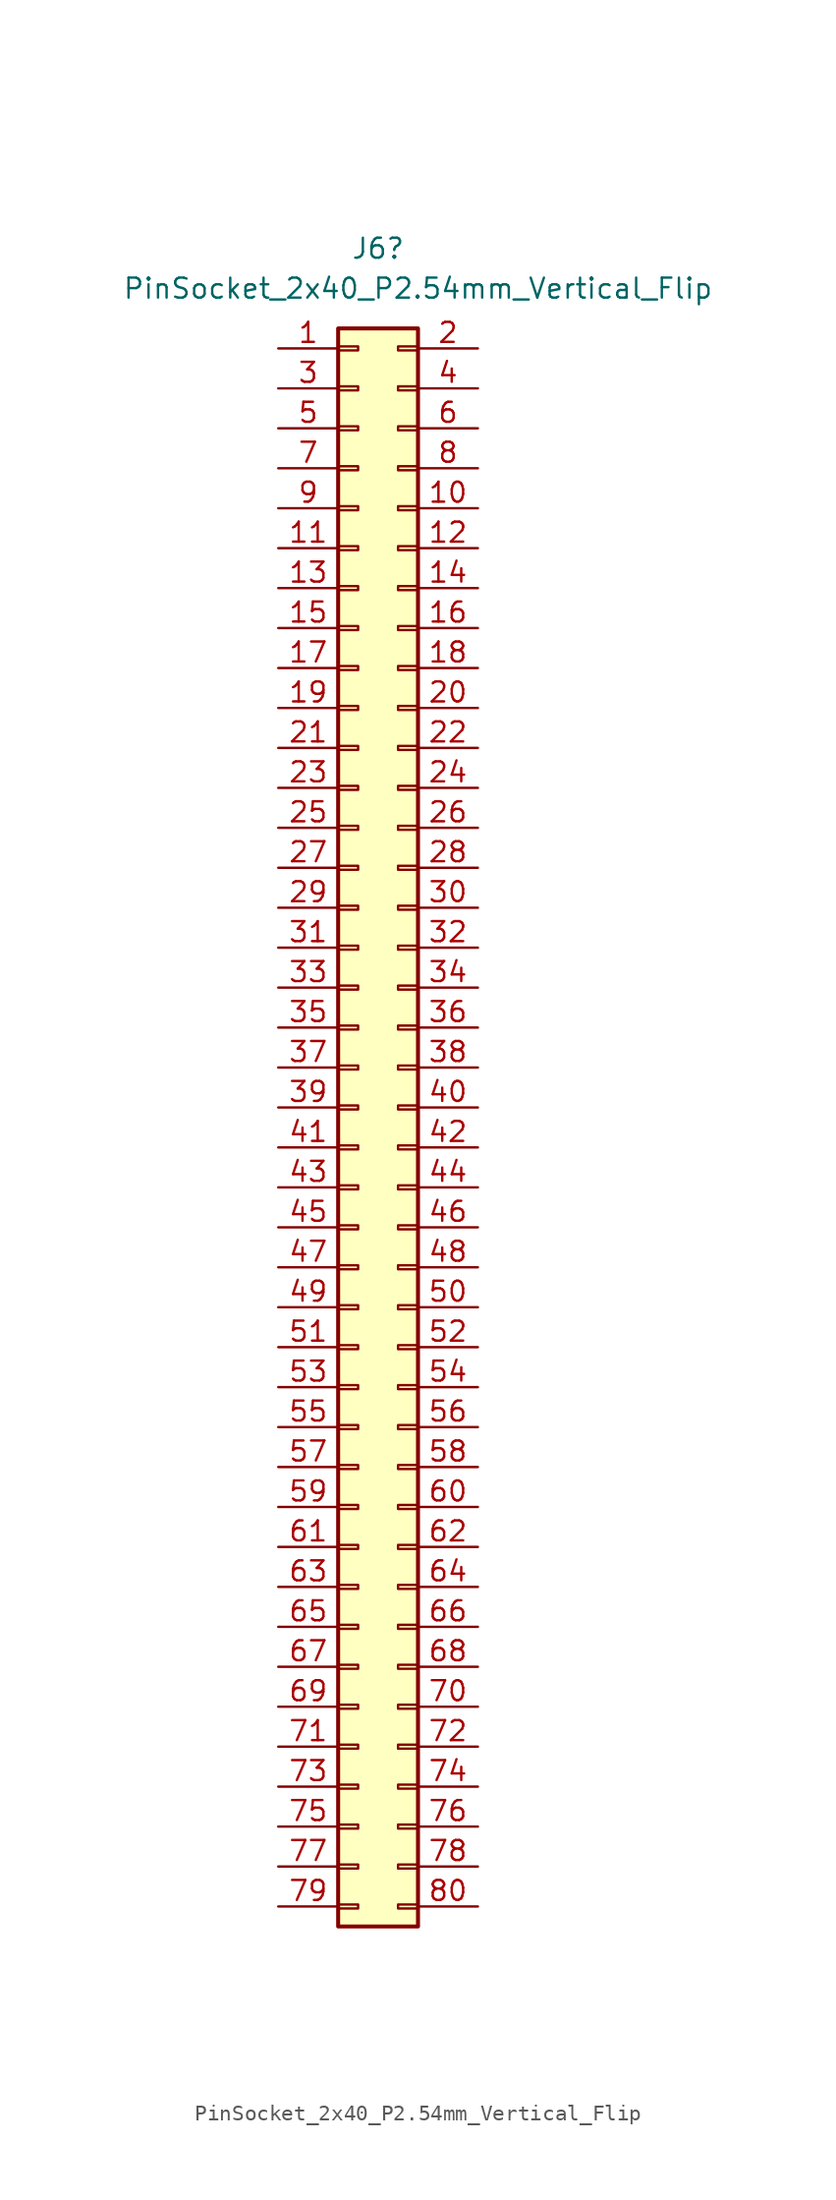
<source format=kicad_sym>
(kicad_symbol_lib
  (version 20231120)
  (generator "kicad_symbol_editor")
  (generator_version "8.0")
  (symbol "PinSocket_2x40_P2.54mm_Vertical_Flip"
    (pin_names
      (offset 1.016) hide)
    (property "Reference" "J6"
      (at 1.27 54.61 0)
      (effects (font (size 1.27 1.27))))
    (property "Value" "PinSocket_2x40_P2.54mm_Vertical_Flip"
      (at 3.81 52.07 0)
      (effects (font (size 1.27 1.27))))
    (symbol "PinSocket_2x40_P2.54mm_Vertical_Flip_1_1"
      (rectangle (start -1.27 -50.673) (end 0 -50.927) (stroke (width 0.152) (type default)) (fill (type none)))
      (rectangle (start -1.27 -48.133) (end 0 -48.387) (stroke (width 0.152) (type default)) (fill (type none)))
      (rectangle (start -1.27 -45.593) (end 0 -45.847) (stroke (width 0.152) (type default)) (fill (type none)))
      (rectangle (start -1.27 -43.053) (end 0 -43.307) (stroke (width 0.152) (type default)) (fill (type none)))
      (rectangle (start -1.27 -40.513) (end 0 -40.767) (stroke (width 0.152) (type default)) (fill (type none)))
      (rectangle (start -1.27 -37.973) (end 0 -38.227) (stroke (width 0.152) (type default)) (fill (type none)))
      (rectangle (start -1.27 -35.433) (end 0 -35.687) (stroke (width 0.152) (type default)) (fill (type none)))
      (rectangle (start -1.27 -32.893) (end 0 -33.147) (stroke (width 0.152) (type default)) (fill (type none)))
      (rectangle (start -1.27 -30.353) (end 0 -30.607) (stroke (width 0.152) (type default)) (fill (type none)))
      (rectangle (start -1.27 -27.813) (end 0 -28.067) (stroke (width 0.152) (type default)) (fill (type none)))
      (rectangle (start -1.27 -25.273) (end 0 -25.527) (stroke (width 0.152) (type default)) (fill (type none)))
      (rectangle (start -1.27 -22.733) (end 0 -22.987) (stroke (width 0.152) (type default)) (fill (type none)))
      (rectangle (start -1.27 -20.193) (end 0 -20.447) (stroke (width 0.152) (type default)) (fill (type none)))
      (rectangle (start -1.27 -17.653) (end 0 -17.907) (stroke (width 0.152) (type default)) (fill (type none)))
      (rectangle (start -1.27 -15.113) (end 0 -15.367) (stroke (width 0.152) (type default)) (fill (type none)))
      (rectangle (start -1.27 -12.573) (end 0 -12.827) (stroke (width 0.152) (type default)) (fill (type none)))
      (rectangle (start -1.27 -10.033) (end 0 -10.287) (stroke (width 0.152) (type default)) (fill (type none)))
      (rectangle (start -1.27 -7.493) (end 0 -7.747) (stroke (width 0.152) (type default)) (fill (type none)))
      (rectangle (start -1.27 -4.953) (end 0 -5.207) (stroke (width 0.152) (type default)) (fill (type none)))
      (rectangle (start -1.27 -2.413) (end 0 -2.667) (stroke (width 0.152) (type default)) (fill (type none)))
      (rectangle (start -1.27 0.127) (end 0 -0.127) (stroke (width 0.152) (type default)) (fill (type none)))
      (rectangle (start -1.27 2.667) (end 0 2.413) (stroke (width 0.152) (type default)) (fill (type none)))
      (rectangle (start -1.27 5.207) (end 0 4.953) (stroke (width 0.152) (type default)) (fill (type none)))
      (rectangle (start -1.27 7.747) (end 0 7.493) (stroke (width 0.152) (type default)) (fill (type none)))
      (rectangle (start -1.27 10.287) (end 0 10.033) (stroke (width 0.152) (type default)) (fill (type none)))
      (rectangle (start -1.27 12.827) (end 0 12.573) (stroke (width 0.152) (type default)) (fill (type none)))
      (rectangle (start -1.27 15.367) (end 0 15.113) (stroke (width 0.152) (type default)) (fill (type none)))
      (rectangle (start -1.27 17.907) (end 0 17.653) (stroke (width 0.152) (type default)) (fill (type none)))
      (rectangle (start -1.27 20.447) (end 0 20.193) (stroke (width 0.152) (type default)) (fill (type none)))
      (rectangle (start -1.27 22.987) (end 0 22.733) (stroke (width 0.152) (type default)) (fill (type none)))
      (rectangle (start -1.27 25.527) (end 0 25.273) (stroke (width 0.152) (type default)) (fill (type none)))
      (rectangle (start -1.27 28.067) (end 0 27.813) (stroke (width 0.152) (type default)) (fill (type none)))
      (rectangle (start -1.27 30.607) (end 0 30.353) (stroke (width 0.152) (type default)) (fill (type none)))
      (rectangle (start -1.27 33.147) (end 0 32.893) (stroke (width 0.152) (type default)) (fill (type none)))
      (rectangle (start -1.27 35.687) (end 0 35.433) (stroke (width 0.152) (type default)) (fill (type none)))
      (rectangle (start -1.27 38.227) (end 0 37.973) (stroke (width 0.152) (type default)) (fill (type none)))
      (rectangle (start -1.27 40.767) (end 0 40.513) (stroke (width 0.152) (type default)) (fill (type none)))
      (rectangle (start -1.27 43.307) (end 0 43.053) (stroke (width 0.152) (type default)) (fill (type none)))
      (rectangle (start -1.27 45.847) (end 0 45.593) (stroke (width 0.152) (type default)) (fill (type none)))
      (rectangle (start -1.27 48.387) (end 0 48.133) (stroke (width 0.152) (type default)) (fill (type none)))
      (rectangle (start -1.27 49.53) (end 3.81 -52.07) (stroke (width 0.254) (type default)) (fill (type background)))
      (rectangle (start 3.81 -50.673) (end 2.54 -50.927) (stroke (width 0.152) (type default)) (fill (type none)))
      (rectangle (start 3.81 -48.133) (end 2.54 -48.387) (stroke (width 0.152) (type default)) (fill (type none)))
      (rectangle (start 3.81 -45.593) (end 2.54 -45.847) (stroke (width 0.152) (type default)) (fill (type none)))
      (rectangle (start 3.81 -43.053) (end 2.54 -43.307) (stroke (width 0.152) (type default)) (fill (type none)))
      (rectangle (start 3.81 -40.513) (end 2.54 -40.767) (stroke (width 0.152) (type default)) (fill (type none)))
      (rectangle (start 3.81 -37.973) (end 2.54 -38.227) (stroke (width 0.152) (type default)) (fill (type none)))
      (rectangle (start 3.81 -35.433) (end 2.54 -35.687) (stroke (width 0.152) (type default)) (fill (type none)))
      (rectangle (start 3.81 -32.893) (end 2.54 -33.147) (stroke (width 0.152) (type default)) (fill (type none)))
      (rectangle (start 3.81 -30.353) (end 2.54 -30.607) (stroke (width 0.152) (type default)) (fill (type none)))
      (rectangle (start 3.81 -27.813) (end 2.54 -28.067) (stroke (width 0.152) (type default)) (fill (type none)))
      (rectangle (start 3.81 -25.273) (end 2.54 -25.527) (stroke (width 0.152) (type default)) (fill (type none)))
      (rectangle (start 3.81 -22.733) (end 2.54 -22.987) (stroke (width 0.152) (type default)) (fill (type none)))
      (rectangle (start 3.81 -20.193) (end 2.54 -20.447) (stroke (width 0.152) (type default)) (fill (type none)))
      (rectangle (start 3.81 -17.653) (end 2.54 -17.907) (stroke (width 0.152) (type default)) (fill (type none)))
      (rectangle (start 3.81 -15.113) (end 2.54 -15.367) (stroke (width 0.152) (type default)) (fill (type none)))
      (rectangle (start 3.81 -12.573) (end 2.54 -12.827) (stroke (width 0.152) (type default)) (fill (type none)))
      (rectangle (start 3.81 -10.033) (end 2.54 -10.287) (stroke (width 0.152) (type default)) (fill (type none)))
      (rectangle (start 3.81 -7.493) (end 2.54 -7.747) (stroke (width 0.152) (type default)) (fill (type none)))
      (rectangle (start 3.81 -4.953) (end 2.54 -5.207) (stroke (width 0.152) (type default)) (fill (type none)))
      (rectangle (start 3.81 -2.413) (end 2.54 -2.667) (stroke (width 0.152) (type default)) (fill (type none)))
      (rectangle (start 3.81 0.127) (end 2.54 -0.127) (stroke (width 0.152) (type default)) (fill (type none)))
      (rectangle (start 3.81 2.667) (end 2.54 2.413) (stroke (width 0.152) (type default)) (fill (type none)))
      (rectangle (start 3.81 5.207) (end 2.54 4.953) (stroke (width 0.152) (type default)) (fill (type none)))
      (rectangle (start 3.81 7.747) (end 2.54 7.493) (stroke (width 0.152) (type default)) (fill (type none)))
      (rectangle (start 3.81 10.287) (end 2.54 10.033) (stroke (width 0.152) (type default)) (fill (type none)))
      (rectangle (start 3.81 12.827) (end 2.54 12.573) (stroke (width 0.152) (type default)) (fill (type none)))
      (rectangle (start 3.81 15.367) (end 2.54 15.113) (stroke (width 0.152) (type default)) (fill (type none)))
      (rectangle (start 3.81 17.907) (end 2.54 17.653) (stroke (width 0.152) (type default)) (fill (type none)))
      (rectangle (start 3.81 20.447) (end 2.54 20.193) (stroke (width 0.152) (type default)) (fill (type none)))
      (rectangle (start 3.81 22.987) (end 2.54 22.733) (stroke (width 0.152) (type default)) (fill (type none)))
      (rectangle (start 3.81 25.527) (end 2.54 25.273) (stroke (width 0.152) (type default)) (fill (type none)))
      (rectangle (start 3.81 28.067) (end 2.54 27.813) (stroke (width 0.152) (type default)) (fill (type none)))
      (rectangle (start 3.81 30.607) (end 2.54 30.353) (stroke (width 0.152) (type default)) (fill (type none)))
      (rectangle (start 3.81 33.147) (end 2.54 32.893) (stroke (width 0.152) (type default)) (fill (type none)))
      (rectangle (start 3.81 35.687) (end 2.54 35.433) (stroke (width 0.152) (type default)) (fill (type none)))
      (rectangle (start 3.81 38.227) (end 2.54 37.973) (stroke (width 0.152) (type default)) (fill (type none)))
      (rectangle (start 3.81 40.767) (end 2.54 40.513) (stroke (width 0.152) (type default)) (fill (type none)))
      (rectangle (start 3.81 43.307) (end 2.54 43.053) (stroke (width 0.152) (type default)) (fill (type none)))
      (rectangle (start 3.81 45.847) (end 2.54 45.593) (stroke (width 0.152) (type default)) (fill (type none)))
      (rectangle (start 3.81 48.387) (end 2.54 48.133) (stroke (width 0.152) (type default)) (fill (type none)))
      (pin passive line (at -5.08 48.26 0) (length 3.81) (name "Pin_1" (effects (font (size 1.27 1.27)))) (number "1" (effects (font (size 1.27 1.27)))))
      (pin passive line (at 7.62 38.1 180) (length 3.81) (name "Pin_10" (effects (font (size 1.27 1.27)))) (number "10" (effects (font (size 1.27 1.27)))))
      (pin passive line (at -5.08 35.56 0) (length 3.81) (name "Pin_11" (effects (font (size 1.27 1.27)))) (number "11" (effects (font (size 1.27 1.27)))))
      (pin passive line (at 7.62 35.56 180) (length 3.81) (name "Pin_12" (effects (font (size 1.27 1.27)))) (number "12" (effects (font (size 1.27 1.27)))))
      (pin passive line (at -5.08 33.02 0) (length 3.81) (name "Pin_13" (effects (font (size 1.27 1.27)))) (number "13" (effects (font (size 1.27 1.27)))))
      (pin passive line (at 7.62 33.02 180) (length 3.81) (name "Pin_14" (effects (font (size 1.27 1.27)))) (number "14" (effects (font (size 1.27 1.27)))))
      (pin passive line (at -5.08 30.48 0) (length 3.81) (name "Pin_15" (effects (font (size 1.27 1.27)))) (number "15" (effects (font (size 1.27 1.27)))))
      (pin passive line (at 7.62 30.48 180) (length 3.81) (name "Pin_16" (effects (font (size 1.27 1.27)))) (number "16" (effects (font (size 1.27 1.27)))))
      (pin passive line (at -5.08 27.94 0) (length 3.81) (name "Pin_17" (effects (font (size 1.27 1.27)))) (number "17" (effects (font (size 1.27 1.27)))))
      (pin passive line (at 7.62 27.94 180) (length 3.81) (name "Pin_18" (effects (font (size 1.27 1.27)))) (number "18" (effects (font (size 1.27 1.27)))))
      (pin passive line (at -5.08 25.4 0) (length 3.81) (name "Pin_19" (effects (font (size 1.27 1.27)))) (number "19" (effects (font (size 1.27 1.27)))))
      (pin passive line (at 7.62 48.26 180) (length 3.81) (name "Pin_2" (effects (font (size 1.27 1.27)))) (number "2" (effects (font (size 1.27 1.27)))))
      (pin passive line (at 7.62 25.4 180) (length 3.81) (name "Pin_20" (effects (font (size 1.27 1.27)))) (number "20" (effects (font (size 1.27 1.27)))))
      (pin passive line (at -5.08 22.86 0) (length 3.81) (name "Pin_21" (effects (font (size 1.27 1.27)))) (number "21" (effects (font (size 1.27 1.27)))))
      (pin passive line (at 7.62 22.86 180) (length 3.81) (name "Pin_22" (effects (font (size 1.27 1.27)))) (number "22" (effects (font (size 1.27 1.27)))))
      (pin passive line (at -5.08 20.32 0) (length 3.81) (name "Pin_23" (effects (font (size 1.27 1.27)))) (number "23" (effects (font (size 1.27 1.27)))))
      (pin passive line (at 7.62 20.32 180) (length 3.81) (name "Pin_24" (effects (font (size 1.27 1.27)))) (number "24" (effects (font (size 1.27 1.27)))))
      (pin passive line (at -5.08 17.78 0) (length 3.81) (name "Pin_25" (effects (font (size 1.27 1.27)))) (number "25" (effects (font (size 1.27 1.27)))))
      (pin passive line (at 7.62 17.78 180) (length 3.81) (name "Pin_26" (effects (font (size 1.27 1.27)))) (number "26" (effects (font (size 1.27 1.27)))))
      (pin passive line (at -5.08 15.24 0) (length 3.81) (name "Pin_27" (effects (font (size 1.27 1.27)))) (number "27" (effects (font (size 1.27 1.27)))))
      (pin passive line (at 7.62 15.24 180) (length 3.81) (name "Pin_28" (effects (font (size 1.27 1.27)))) (number "28" (effects (font (size 1.27 1.27)))))
      (pin passive line (at -5.08 12.7 0) (length 3.81) (name "Pin_29" (effects (font (size 1.27 1.27)))) (number "29" (effects (font (size 1.27 1.27)))))
      (pin passive line (at -5.08 45.72 0) (length 3.81) (name "Pin_3" (effects (font (size 1.27 1.27)))) (number "3" (effects (font (size 1.27 1.27)))))
      (pin passive line (at 7.62 12.7 180) (length 3.81) (name "Pin_30" (effects (font (size 1.27 1.27)))) (number "30" (effects (font (size 1.27 1.27)))))
      (pin passive line (at -5.08 10.16 0) (length 3.81) (name "Pin_31" (effects (font (size 1.27 1.27)))) (number "31" (effects (font (size 1.27 1.27)))))
      (pin passive line (at 7.62 10.16 180) (length 3.81) (name "Pin_32" (effects (font (size 1.27 1.27)))) (number "32" (effects (font (size 1.27 1.27)))))
      (pin passive line (at -5.08 7.62 0) (length 3.81) (name "Pin_33" (effects (font (size 1.27 1.27)))) (number "33" (effects (font (size 1.27 1.27)))))
      (pin passive line (at 7.62 7.62 180) (length 3.81) (name "Pin_34" (effects (font (size 1.27 1.27)))) (number "34" (effects (font (size 1.27 1.27)))))
      (pin passive line (at -5.08 5.08 0) (length 3.81) (name "Pin_35" (effects (font (size 1.27 1.27)))) (number "35" (effects (font (size 1.27 1.27)))))
      (pin passive line (at 7.62 5.08 180) (length 3.81) (name "Pin_36" (effects (font (size 1.27 1.27)))) (number "36" (effects (font (size 1.27 1.27)))))
      (pin passive line (at -5.08 2.54 0) (length 3.81) (name "Pin_37" (effects (font (size 1.27 1.27)))) (number "37" (effects (font (size 1.27 1.27)))))
      (pin passive line (at 7.62 2.54 180) (length 3.81) (name "Pin_38" (effects (font (size 1.27 1.27)))) (number "38" (effects (font (size 1.27 1.27)))))
      (pin passive line (at -5.08 0 0) (length 3.81) (name "Pin_39" (effects (font (size 1.27 1.27)))) (number "39" (effects (font (size 1.27 1.27)))))
      (pin passive line (at 7.62 45.72 180) (length 3.81) (name "Pin_4" (effects (font (size 1.27 1.27)))) (number "4" (effects (font (size 1.27 1.27)))))
      (pin passive line (at 7.62 0 180) (length 3.81) (name "Pin_40" (effects (font (size 1.27 1.27)))) (number "40" (effects (font (size 1.27 1.27)))))
      (pin passive line (at -5.08 -2.54 0) (length 3.81) (name "Pin_41" (effects (font (size 1.27 1.27)))) (number "41" (effects (font (size 1.27 1.27)))))
      (pin passive line (at 7.62 -2.54 180) (length 3.81) (name "Pin_42" (effects (font (size 1.27 1.27)))) (number "42" (effects (font (size 1.27 1.27)))))
      (pin passive line (at -5.08 -5.08 0) (length 3.81) (name "Pin_43" (effects (font (size 1.27 1.27)))) (number "43" (effects (font (size 1.27 1.27)))))
      (pin passive line (at 7.62 -5.08 180) (length 3.81) (name "Pin_44" (effects (font (size 1.27 1.27)))) (number "44" (effects (font (size 1.27 1.27)))))
      (pin passive line (at -5.08 -7.62 0) (length 3.81) (name "Pin_45" (effects (font (size 1.27 1.27)))) (number "45" (effects (font (size 1.27 1.27)))))
      (pin passive line (at 7.62 -7.62 180) (length 3.81) (name "Pin_46" (effects (font (size 1.27 1.27)))) (number "46" (effects (font (size 1.27 1.27)))))
      (pin passive line (at -5.08 -10.16 0) (length 3.81) (name "Pin_47" (effects (font (size 1.27 1.27)))) (number "47" (effects (font (size 1.27 1.27)))))
      (pin passive line (at 7.62 -10.16 180) (length 3.81) (name "Pin_48" (effects (font (size 1.27 1.27)))) (number "48" (effects (font (size 1.27 1.27)))))
      (pin passive line (at -5.08 -12.7 0) (length 3.81) (name "Pin_49" (effects (font (size 1.27 1.27)))) (number "49" (effects (font (size 1.27 1.27)))))
      (pin passive line (at -5.08 43.18 0) (length 3.81) (name "Pin_5" (effects (font (size 1.27 1.27)))) (number "5" (effects (font (size 1.27 1.27)))))
      (pin passive line (at 7.62 -12.7 180) (length 3.81) (name "Pin_50" (effects (font (size 1.27 1.27)))) (number "50" (effects (font (size 1.27 1.27)))))
      (pin passive line (at -5.08 -15.24 0) (length 3.81) (name "Pin_51" (effects (font (size 1.27 1.27)))) (number "51" (effects (font (size 1.27 1.27)))))
      (pin passive line (at 7.62 -15.24 180) (length 3.81) (name "Pin_52" (effects (font (size 1.27 1.27)))) (number "52" (effects (font (size 1.27 1.27)))))
      (pin passive line (at -5.08 -17.78 0) (length 3.81) (name "Pin_53" (effects (font (size 1.27 1.27)))) (number "53" (effects (font (size 1.27 1.27)))))
      (pin passive line (at 7.62 -17.78 180) (length 3.81) (name "Pin_54" (effects (font (size 1.27 1.27)))) (number "54" (effects (font (size 1.27 1.27)))))
      (pin passive line (at -5.08 -20.32 0) (length 3.81) (name "Pin_55" (effects (font (size 1.27 1.27)))) (number "55" (effects (font (size 1.27 1.27)))))
      (pin passive line (at 7.62 -20.32 180) (length 3.81) (name "Pin_56" (effects (font (size 1.27 1.27)))) (number "56" (effects (font (size 1.27 1.27)))))
      (pin passive line (at -5.08 -22.86 0) (length 3.81) (name "Pin_57" (effects (font (size 1.27 1.27)))) (number "57" (effects (font (size 1.27 1.27)))))
      (pin passive line (at 7.62 -22.86 180) (length 3.81) (name "Pin_58" (effects (font (size 1.27 1.27)))) (number "58" (effects (font (size 1.27 1.27)))))
      (pin passive line (at -5.08 -25.4 0) (length 3.81) (name "Pin_59" (effects (font (size 1.27 1.27)))) (number "59" (effects (font (size 1.27 1.27)))))
      (pin passive line (at 7.62 43.18 180) (length 3.81) (name "Pin_6" (effects (font (size 1.27 1.27)))) (number "6" (effects (font (size 1.27 1.27)))))
      (pin passive line (at 7.62 -25.4 180) (length 3.81) (name "Pin_60" (effects (font (size 1.27 1.27)))) (number "60" (effects (font (size 1.27 1.27)))))
      (pin passive line (at -5.08 -27.94 0) (length 3.81) (name "Pin_61" (effects (font (size 1.27 1.27)))) (number "61" (effects (font (size 1.27 1.27)))))
      (pin passive line (at 7.62 -27.94 180) (length 3.81) (name "Pin_62" (effects (font (size 1.27 1.27)))) (number "62" (effects (font (size 1.27 1.27)))))
      (pin passive line (at -5.08 -30.48 0) (length 3.81) (name "Pin_63" (effects (font (size 1.27 1.27)))) (number "63" (effects (font (size 1.27 1.27)))))
      (pin passive line (at 7.62 -30.48 180) (length 3.81) (name "Pin_64" (effects (font (size 1.27 1.27)))) (number "64" (effects (font (size 1.27 1.27)))))
      (pin passive line (at -5.08 -33.02 0) (length 3.81) (name "Pin_65" (effects (font (size 1.27 1.27)))) (number "65" (effects (font (size 1.27 1.27)))))
      (pin passive line (at 7.62 -33.02 180) (length 3.81) (name "Pin_66" (effects (font (size 1.27 1.27)))) (number "66" (effects (font (size 1.27 1.27)))))
      (pin passive line (at -5.08 -35.56 0) (length 3.81) (name "Pin_67" (effects (font (size 1.27 1.27)))) (number "67" (effects (font (size 1.27 1.27)))))
      (pin passive line (at 7.62 -35.56 180) (length 3.81) (name "Pin_68" (effects (font (size 1.27 1.27)))) (number "68" (effects (font (size 1.27 1.27)))))
      (pin passive line (at -5.08 -38.1 0) (length 3.81) (name "Pin_69" (effects (font (size 1.27 1.27)))) (number "69" (effects (font (size 1.27 1.27)))))
      (pin passive line (at -5.08 40.64 0) (length 3.81) (name "Pin_7" (effects (font (size 1.27 1.27)))) (number "7" (effects (font (size 1.27 1.27)))))
      (pin passive line (at 7.62 -38.1 180) (length 3.81) (name "Pin_70" (effects (font (size 1.27 1.27)))) (number "70" (effects (font (size 1.27 1.27)))))
      (pin passive line (at -5.08 -40.64 0) (length 3.81) (name "Pin_71" (effects (font (size 1.27 1.27)))) (number "71" (effects (font (size 1.27 1.27)))))
      (pin passive line (at 7.62 -40.64 180) (length 3.81) (name "Pin_72" (effects (font (size 1.27 1.27)))) (number "72" (effects (font (size 1.27 1.27)))))
      (pin passive line (at -5.08 -43.18 0) (length 3.81) (name "Pin_73" (effects (font (size 1.27 1.27)))) (number "73" (effects (font (size 1.27 1.27)))))
      (pin passive line (at 7.62 -43.18 180) (length 3.81) (name "Pin_74" (effects (font (size 1.27 1.27)))) (number "74" (effects (font (size 1.27 1.27)))))
      (pin passive line (at -5.08 -45.72 0) (length 3.81) (name "Pin_75" (effects (font (size 1.27 1.27)))) (number "75" (effects (font (size 1.27 1.27)))))
      (pin passive line (at 7.62 -45.72 180) (length 3.81) (name "Pin_76" (effects (font (size 1.27 1.27)))) (number "76" (effects (font (size 1.27 1.27)))))
      (pin passive line (at -5.08 -48.26 0) (length 3.81) (name "Pin_77" (effects (font (size 1.27 1.27)))) (number "77" (effects (font (size 1.27 1.27)))))
      (pin passive line (at 7.62 -48.26 180) (length 3.81) (name "Pin_78" (effects (font (size 1.27 1.27)))) (number "78" (effects (font (size 1.27 1.27)))))
      (pin passive line (at -5.08 -50.8 0) (length 3.81) (name "Pin_79" (effects (font (size 1.27 1.27)))) (number "79" (effects (font (size 1.27 1.27)))))
      (pin passive line (at 7.62 40.64 180) (length 3.81) (name "Pin_8" (effects (font (size 1.27 1.27)))) (number "8" (effects (font (size 1.27 1.27)))))
      (pin passive line (at 7.62 -50.8 180) (length 3.81) (name "Pin_80" (effects (font (size 1.27 1.27)))) (number "80" (effects (font (size 1.27 1.27)))))
      (pin passive line (at -5.08 38.1 0) (length 3.81) (name "Pin_9" (effects (font (size 1.27 1.27)))) (number "9" (effects (font (size 1.27 1.27))))))))
</source>
